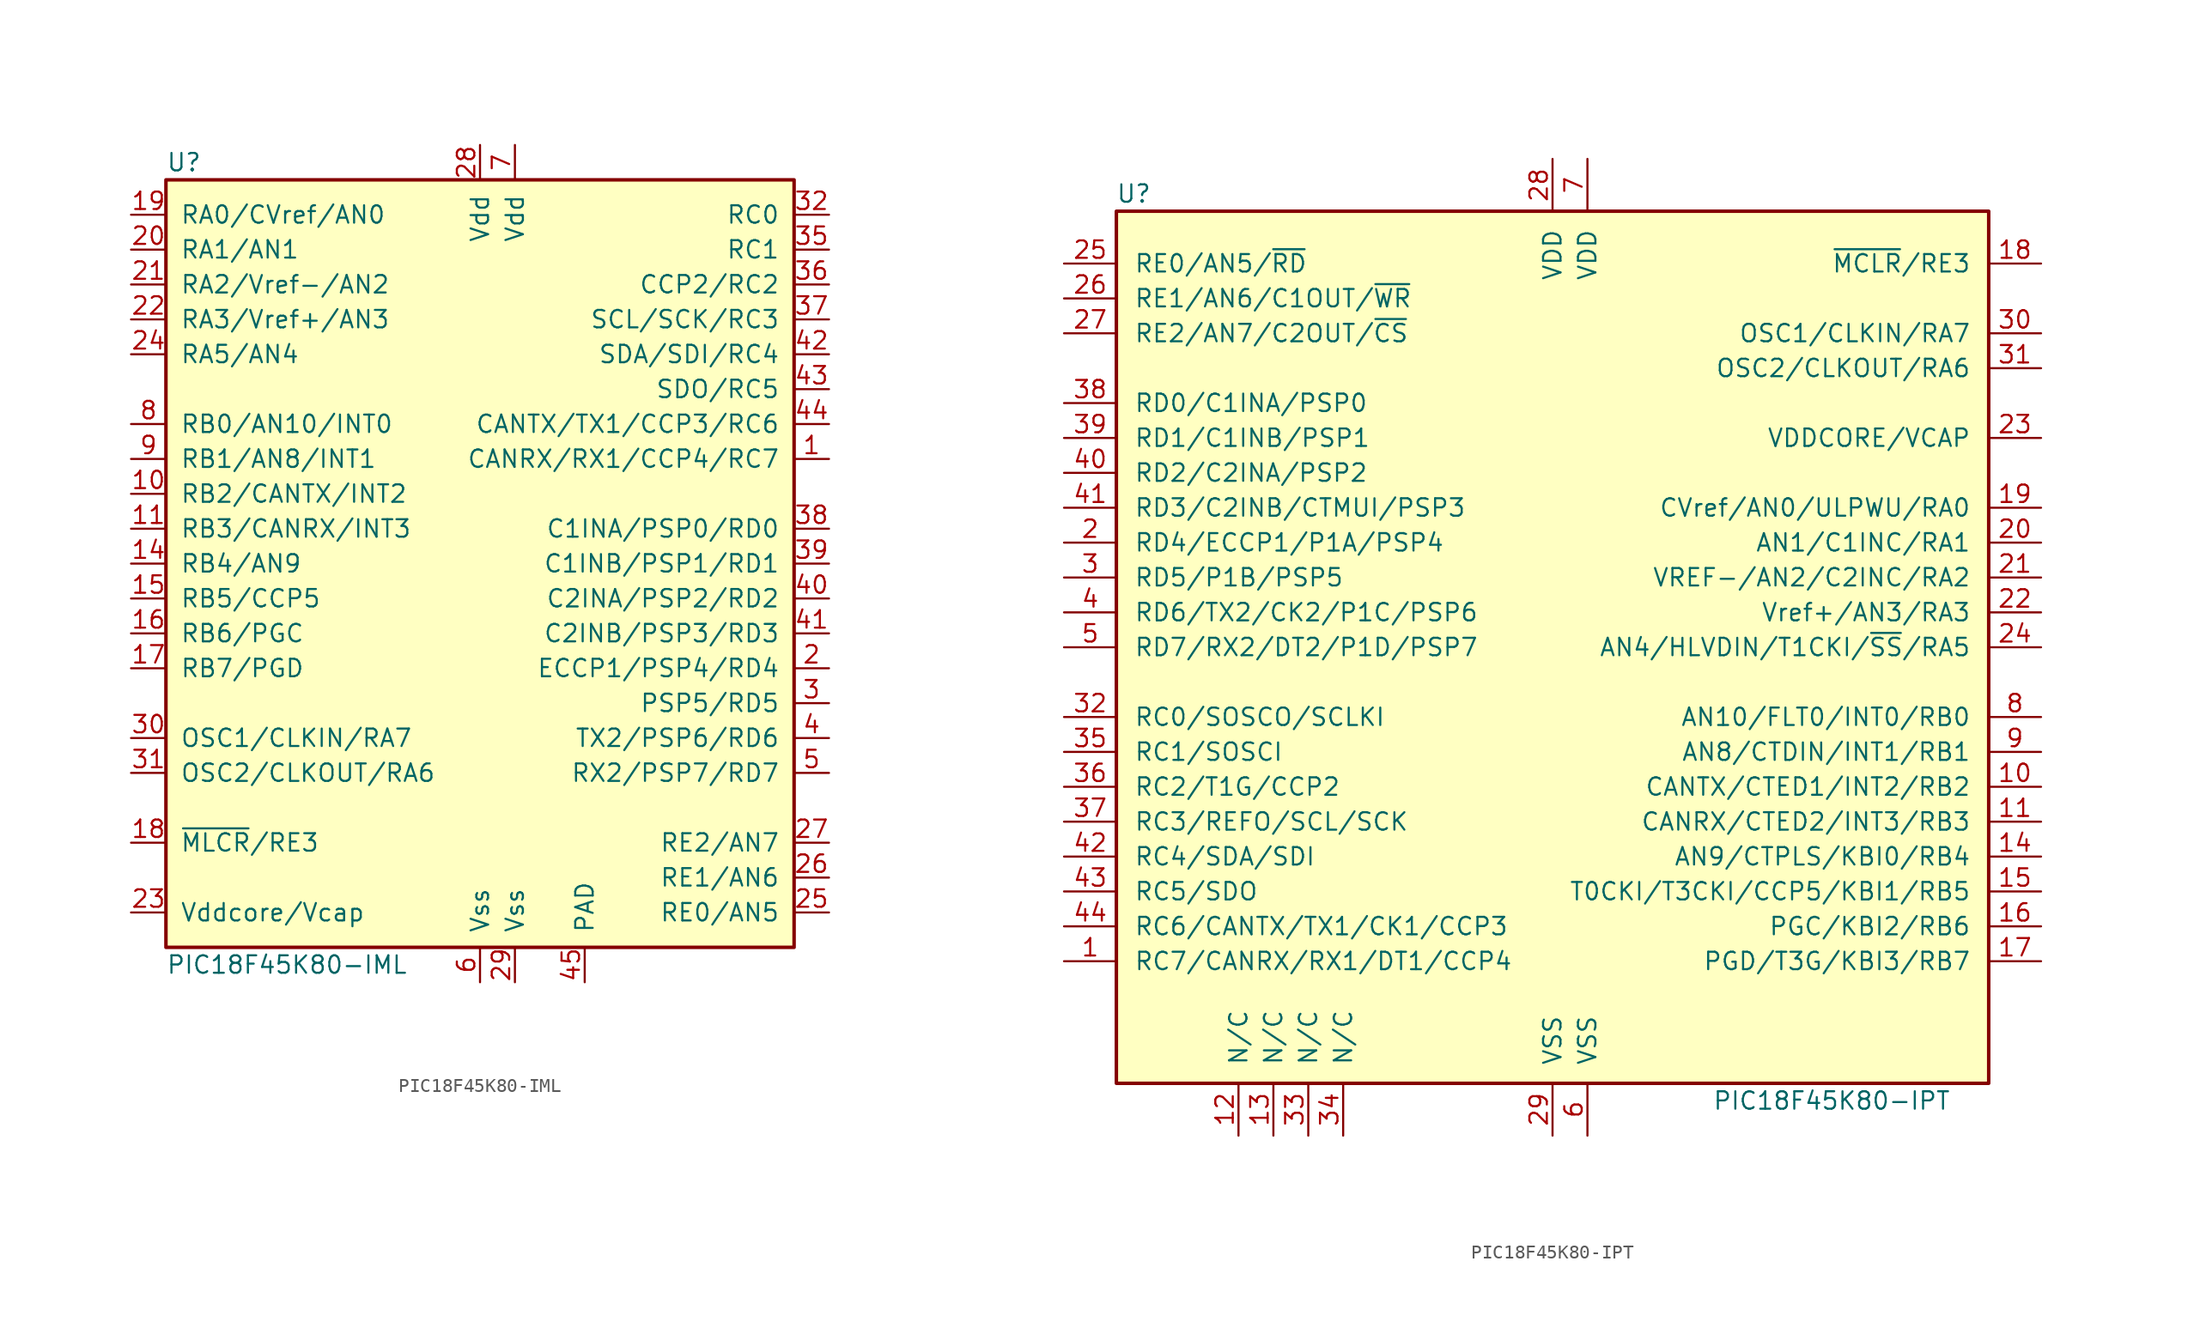
<source format=kicad_sym>
(kicad_symbol_lib
  (version 20211014)
  (generator kicad_symbol_editor)
  (symbol "PIC18F45K80-IML"
    (pin_names
      (offset 1.016))
    (property "Reference" "U"
      (at -22.86 29.21 0)
      (effects (font (size 1.27 1.27)) (justify left)))
    (property "Value" "PIC18F45K80-IML"
      (at -22.86 -29.21 0)
      (effects (font (size 1.27 1.27)) (justify left)))
    (symbol "PIC18F45K80-IML_0_1"
      (rectangle (start -22.86 27.94) (end 22.86 -27.94) (stroke (width 0.254) (type default) (color 0 0 0 0)) (fill (type background))))
    (symbol "PIC18F45K80-IML_1_1"
      (pin bidirectional line (at 25.4 7.62 180) (length 2.54) (name "CANRX/RX1/CCP4/RC7" (effects (font (size 1.27 1.27)))) (number "1" (effects (font (size 1.27 1.27)))))
      (pin bidirectional line (at -25.4 5.08 0) (length 2.54) (name "RB2/CANTX/INT2" (effects (font (size 1.27 1.27)))) (number "10" (effects (font (size 1.27 1.27)))))
      (pin bidirectional line (at -25.4 2.54 0) (length 2.54) (name "RB3/CANRX/INT3" (effects (font (size 1.27 1.27)))) (number "11" (effects (font (size 1.27 1.27)))))
      (pin no_connect line (at -10.16 -30.48 90) (length 2.54) hide (name "NC" (effects (font (size 1.27 1.27)))) (number "12" (effects (font (size 1.27 1.27)))))
      (pin no_connect line (at -7.62 -30.48 90) (length 2.54) hide (name "NC" (effects (font (size 1.27 1.27)))) (number "13" (effects (font (size 1.27 1.27)))))
      (pin bidirectional line (at -25.4 0 0) (length 2.54) (name "RB4/AN9" (effects (font (size 1.27 1.27)))) (number "14" (effects (font (size 1.27 1.27)))))
      (pin bidirectional line (at -25.4 -2.54 0) (length 2.54) (name "RB5/CCP5" (effects (font (size 1.27 1.27)))) (number "15" (effects (font (size 1.27 1.27)))))
      (pin bidirectional line (at -25.4 -5.08 0) (length 2.54) (name "RB6/PGC" (effects (font (size 1.27 1.27)))) (number "16" (effects (font (size 1.27 1.27)))))
      (pin bidirectional line (at -25.4 -7.62 0) (length 2.54) (name "RB7/PGD" (effects (font (size 1.27 1.27)))) (number "17" (effects (font (size 1.27 1.27)))))
      (pin bidirectional line (at -25.4 -20.32 0) (length 2.54) (name "~{MLCR}/RE3" (effects (font (size 1.27 1.27)))) (number "18" (effects (font (size 1.27 1.27)))))
      (pin bidirectional line (at -25.4 25.4 0) (length 2.54) (name "RA0/CVref/AN0" (effects (font (size 1.27 1.27)))) (number "19" (effects (font (size 1.27 1.27)))))
      (pin bidirectional line (at 25.4 -7.62 180) (length 2.54) (name "ECCP1/PSP4/RD4" (effects (font (size 1.27 1.27)))) (number "2" (effects (font (size 1.27 1.27)))))
      (pin bidirectional line (at -25.4 22.86 0) (length 2.54) (name "RA1/AN1" (effects (font (size 1.27 1.27)))) (number "20" (effects (font (size 1.27 1.27)))))
      (pin bidirectional line (at -25.4 20.32 0) (length 2.54) (name "RA2/Vref-/AN2" (effects (font (size 1.27 1.27)))) (number "21" (effects (font (size 1.27 1.27)))))
      (pin bidirectional line (at -25.4 17.78 0) (length 2.54) (name "RA3/Vref+/AN3" (effects (font (size 1.27 1.27)))) (number "22" (effects (font (size 1.27 1.27)))))
      (pin power_in line (at -25.4 -25.4 0) (length 2.54) (name "Vddcore/Vcap" (effects (font (size 1.27 1.27)))) (number "23" (effects (font (size 1.27 1.27)))))
      (pin bidirectional line (at -25.4 15.24 0) (length 2.54) (name "RA5/AN4" (effects (font (size 1.27 1.27)))) (number "24" (effects (font (size 1.27 1.27)))))
      (pin bidirectional line (at 25.4 -25.4 180) (length 2.54) (name "RE0/AN5" (effects (font (size 1.27 1.27)))) (number "25" (effects (font (size 1.27 1.27)))))
      (pin bidirectional line (at 25.4 -22.86 180) (length 2.54) (name "RE1/AN6" (effects (font (size 1.27 1.27)))) (number "26" (effects (font (size 1.27 1.27)))))
      (pin bidirectional line (at 25.4 -20.32 180) (length 2.54) (name "RE2/AN7" (effects (font (size 1.27 1.27)))) (number "27" (effects (font (size 1.27 1.27)))))
      (pin power_in line (at 0 30.48 270) (length 2.54) (name "Vdd" (effects (font (size 1.27 1.27)))) (number "28" (effects (font (size 1.27 1.27)))))
      (pin power_in line (at 2.54 -30.48 90) (length 2.54) (name "Vss" (effects (font (size 1.27 1.27)))) (number "29" (effects (font (size 1.27 1.27)))))
      (pin bidirectional line (at 25.4 -10.16 180) (length 2.54) (name "PSP5/RD5" (effects (font (size 1.27 1.27)))) (number "3" (effects (font (size 1.27 1.27)))))
      (pin input line (at -25.4 -12.7 0) (length 2.54) (name "OSC1/CLKIN/RA7" (effects (font (size 1.27 1.27)))) (number "30" (effects (font (size 1.27 1.27)))))
      (pin input line (at -25.4 -15.24 0) (length 2.54) (name "OSC2/CLKOUT/RA6" (effects (font (size 1.27 1.27)))) (number "31" (effects (font (size 1.27 1.27)))))
      (pin bidirectional line (at 25.4 25.4 180) (length 2.54) (name "RC0" (effects (font (size 1.27 1.27)))) (number "32" (effects (font (size 1.27 1.27)))))
      (pin no_connect line (at -5.08 -30.48 90) (length 2.54) hide (name "NC" (effects (font (size 1.27 1.27)))) (number "33" (effects (font (size 1.27 1.27)))))
      (pin no_connect line (at -2.54 -30.48 90) (length 2.54) hide (name "NC" (effects (font (size 1.27 1.27)))) (number "34" (effects (font (size 1.27 1.27)))))
      (pin bidirectional line (at 25.4 22.86 180) (length 2.54) (name "RC1" (effects (font (size 1.27 1.27)))) (number "35" (effects (font (size 1.27 1.27)))))
      (pin bidirectional line (at 25.4 20.32 180) (length 2.54) (name "CCP2/RC2" (effects (font (size 1.27 1.27)))) (number "36" (effects (font (size 1.27 1.27)))))
      (pin bidirectional line (at 25.4 17.78 180) (length 2.54) (name "SCL/SCK/RC3" (effects (font (size 1.27 1.27)))) (number "37" (effects (font (size 1.27 1.27)))))
      (pin bidirectional line (at 25.4 2.54 180) (length 2.54) (name "C1INA/PSP0/RD0" (effects (font (size 1.27 1.27)))) (number "38" (effects (font (size 1.27 1.27)))))
      (pin bidirectional line (at 25.4 0 180) (length 2.54) (name "C1INB/PSP1/RD1" (effects (font (size 1.27 1.27)))) (number "39" (effects (font (size 1.27 1.27)))))
      (pin bidirectional line (at 25.4 -12.7 180) (length 2.54) (name "TX2/PSP6/RD6" (effects (font (size 1.27 1.27)))) (number "4" (effects (font (size 1.27 1.27)))))
      (pin bidirectional line (at 25.4 -2.54 180) (length 2.54) (name "C2INA/PSP2/RD2" (effects (font (size 1.27 1.27)))) (number "40" (effects (font (size 1.27 1.27)))))
      (pin bidirectional line (at 25.4 -5.08 180) (length 2.54) (name "C2INB/PSP3/RD3" (effects (font (size 1.27 1.27)))) (number "41" (effects (font (size 1.27 1.27)))))
      (pin bidirectional line (at 25.4 15.24 180) (length 2.54) (name "SDA/SDI/RC4" (effects (font (size 1.27 1.27)))) (number "42" (effects (font (size 1.27 1.27)))))
      (pin bidirectional line (at 25.4 12.7 180) (length 2.54) (name "SDO/RC5" (effects (font (size 1.27 1.27)))) (number "43" (effects (font (size 1.27 1.27)))))
      (pin bidirectional line (at 25.4 10.16 180) (length 2.54) (name "CANTX/TX1/CCP3/RC6" (effects (font (size 1.27 1.27)))) (number "44" (effects (font (size 1.27 1.27)))))
      (pin power_in line (at 7.62 -30.48 90) (length 2.54) (name "PAD" (effects (font (size 1.27 1.27)))) (number "45" (effects (font (size 1.27 1.27)))))
      (pin bidirectional line (at 25.4 -15.24 180) (length 2.54) (name "RX2/PSP7/RD7" (effects (font (size 1.27 1.27)))) (number "5" (effects (font (size 1.27 1.27)))))
      (pin power_in line (at 0 -30.48 90) (length 2.54) (name "Vss" (effects (font (size 1.27 1.27)))) (number "6" (effects (font (size 1.27 1.27)))))
      (pin power_in line (at 2.54 30.48 270) (length 2.54) (name "Vdd" (effects (font (size 1.27 1.27)))) (number "7" (effects (font (size 1.27 1.27)))))
      (pin bidirectional line (at -25.4 10.16 0) (length 2.54) (name "RB0/AN10/INT0" (effects (font (size 1.27 1.27)))) (number "8" (effects (font (size 1.27 1.27)))))
      (pin bidirectional line (at -25.4 7.62 0) (length 2.54) (name "RB1/AN8/INT1" (effects (font (size 1.27 1.27)))) (number "9" (effects (font (size 1.27 1.27)))))))
  (symbol "PIC18F45K80-IPT"
    (pin_names
      (offset 1.27))
    (property "Reference" "U"
      (at -30.48 33.02 0)
      (effects (font (size 1.27 1.27))))
    (property "Value" "PIC18F45K80-IPT"
      (at 20.32 -33.02 0)
      (effects (font (size 1.27 1.27))))
    (symbol "PIC18F45K80-IPT_0_1"
      (rectangle (start -31.75 31.75) (end 31.75 -31.75) (stroke (width 0.254) (type default) (color 0 0 0 0)) (fill (type background))))
    (symbol "PIC18F45K80-IPT_1_1"
      (pin bidirectional line (at -35.56 -22.86 0) (length 3.81) (name "RC7/CANRX/RX1/DT1/CCP4" (effects (font (size 1.27 1.27)))) (number "1" (effects (font (size 1.27 1.27)))))
      (pin bidirectional line (at 35.56 -10.16 180) (length 3.81) (name "CANTX/CTED1/INT2/RB2" (effects (font (size 1.27 1.27)))) (number "10" (effects (font (size 1.27 1.27)))))
      (pin bidirectional line (at 35.56 -12.7 180) (length 3.81) (name "CANRX/CTED2/INT3/RB3" (effects (font (size 1.27 1.27)))) (number "11" (effects (font (size 1.27 1.27)))))
      (pin bidirectional line (at -22.86 -35.56 90) (length 3.81) (name "N/C" (effects (font (size 1.27 1.27)))) (number "12" (effects (font (size 1.27 1.27)))))
      (pin bidirectional line (at -20.32 -35.56 90) (length 3.81) (name "N/C" (effects (font (size 1.27 1.27)))) (number "13" (effects (font (size 1.27 1.27)))))
      (pin bidirectional line (at 35.56 -15.24 180) (length 3.81) (name "AN9/CTPLS/KBI0/RB4" (effects (font (size 1.27 1.27)))) (number "14" (effects (font (size 1.27 1.27)))))
      (pin bidirectional line (at 35.56 -17.78 180) (length 3.81) (name "T0CKI/T3CKI/CCP5/KBI1/RB5" (effects (font (size 1.27 1.27)))) (number "15" (effects (font (size 1.27 1.27)))))
      (pin bidirectional line (at 35.56 -20.32 180) (length 3.81) (name "PGC/KBI2/RB6" (effects (font (size 1.27 1.27)))) (number "16" (effects (font (size 1.27 1.27)))))
      (pin bidirectional line (at 35.56 -22.86 180) (length 3.81) (name "PGD/T3G/KBI3/RB7" (effects (font (size 1.27 1.27)))) (number "17" (effects (font (size 1.27 1.27)))))
      (pin input line (at 35.56 27.94 180) (length 3.81) (name "~{MCLR}/RE3" (effects (font (size 1.27 1.27)))) (number "18" (effects (font (size 1.27 1.27)))))
      (pin bidirectional line (at 35.56 10.16 180) (length 3.81) (name "CVref/AN0/ULPWU/RA0" (effects (font (size 1.27 1.27)))) (number "19" (effects (font (size 1.27 1.27)))))
      (pin bidirectional line (at -35.56 7.62 0) (length 3.81) (name "RD4/ECCP1/P1A/PSP4" (effects (font (size 1.27 1.27)))) (number "2" (effects (font (size 1.27 1.27)))))
      (pin bidirectional line (at 35.56 7.62 180) (length 3.81) (name "AN1/C1INC/RA1" (effects (font (size 1.27 1.27)))) (number "20" (effects (font (size 1.27 1.27)))))
      (pin bidirectional line (at 35.56 5.08 180) (length 3.81) (name "VREF-/AN2/C2INC/RA2" (effects (font (size 1.27 1.27)))) (number "21" (effects (font (size 1.27 1.27)))))
      (pin bidirectional line (at 35.56 2.54 180) (length 3.81) (name "Vref+/AN3/RA3" (effects (font (size 1.27 1.27)))) (number "22" (effects (font (size 1.27 1.27)))))
      (pin passive line (at 35.56 15.24 180) (length 3.81) (name "VDDCORE/VCAP" (effects (font (size 1.27 1.27)))) (number "23" (effects (font (size 1.27 1.27)))))
      (pin bidirectional line (at 35.56 0 180) (length 3.81) (name "AN4/HLVDIN/T1CKI/~{SS}/RA5" (effects (font (size 1.27 1.27)))) (number "24" (effects (font (size 1.27 1.27)))))
      (pin bidirectional line (at -35.56 27.94 0) (length 3.81) (name "RE0/AN5/~{RD}" (effects (font (size 1.27 1.27)))) (number "25" (effects (font (size 1.27 1.27)))))
      (pin bidirectional line (at -35.56 25.4 0) (length 3.81) (name "RE1/AN6/C1OUT/~{WR}" (effects (font (size 1.27 1.27)))) (number "26" (effects (font (size 1.27 1.27)))))
      (pin power_in line (at -35.56 22.86 0) (length 3.81) (name "RE2/AN7/C2OUT/~{CS}" (effects (font (size 1.27 1.27)))) (number "27" (effects (font (size 1.27 1.27)))))
      (pin power_in line (at 0 35.56 270) (length 3.81) (name "VDD" (effects (font (size 1.27 1.27)))) (number "28" (effects (font (size 1.27 1.27)))))
      (pin power_in line (at 0 -35.56 90) (length 3.81) (name "VSS" (effects (font (size 1.27 1.27)))) (number "29" (effects (font (size 1.27 1.27)))))
      (pin bidirectional line (at -35.56 5.08 0) (length 3.81) (name "RD5/P1B/PSP5" (effects (font (size 1.27 1.27)))) (number "3" (effects (font (size 1.27 1.27)))))
      (pin input line (at 35.56 22.86 180) (length 3.81) (name "OSC1/CLKIN/RA7" (effects (font (size 1.27 1.27)))) (number "30" (effects (font (size 1.27 1.27)))))
      (pin output line (at 35.56 20.32 180) (length 3.81) (name "OSC2/CLKOUT/RA6" (effects (font (size 1.27 1.27)))) (number "31" (effects (font (size 1.27 1.27)))))
      (pin bidirectional line (at -35.56 -5.08 0) (length 3.81) (name "RC0/SOSCO/SCLKI" (effects (font (size 1.27 1.27)))) (number "32" (effects (font (size 1.27 1.27)))))
      (pin bidirectional line (at -17.78 -35.56 90) (length 3.81) (name "N/C" (effects (font (size 1.27 1.27)))) (number "33" (effects (font (size 1.27 1.27)))))
      (pin bidirectional line (at -15.24 -35.56 90) (length 3.81) (name "N/C" (effects (font (size 1.27 1.27)))) (number "34" (effects (font (size 1.27 1.27)))))
      (pin bidirectional line (at -35.56 -7.62 0) (length 3.81) (name "RC1/SOSCI" (effects (font (size 1.27 1.27)))) (number "35" (effects (font (size 1.27 1.27)))))
      (pin bidirectional line (at -35.56 -10.16 0) (length 3.81) (name "RC2/T1G/CCP2" (effects (font (size 1.27 1.27)))) (number "36" (effects (font (size 1.27 1.27)))))
      (pin bidirectional line (at -35.56 -12.7 0) (length 3.81) (name "RC3/REFO/SCL/SCK" (effects (font (size 1.27 1.27)))) (number "37" (effects (font (size 1.27 1.27)))))
      (pin bidirectional line (at -35.56 17.78 0) (length 3.81) (name "RD0/C1INA/PSP0" (effects (font (size 1.27 1.27)))) (number "38" (effects (font (size 1.27 1.27)))))
      (pin bidirectional line (at -35.56 15.24 0) (length 3.81) (name "RD1/C1INB/PSP1" (effects (font (size 1.27 1.27)))) (number "39" (effects (font (size 1.27 1.27)))))
      (pin bidirectional line (at -35.56 2.54 0) (length 3.81) (name "RD6/TX2/CK2/P1C/PSP6" (effects (font (size 1.27 1.27)))) (number "4" (effects (font (size 1.27 1.27)))))
      (pin bidirectional line (at -35.56 12.7 0) (length 3.81) (name "RD2/C2INA/PSP2" (effects (font (size 1.27 1.27)))) (number "40" (effects (font (size 1.27 1.27)))))
      (pin bidirectional line (at -35.56 10.16 0) (length 3.81) (name "RD3/C2INB/CTMUI/PSP3" (effects (font (size 1.27 1.27)))) (number "41" (effects (font (size 1.27 1.27)))))
      (pin bidirectional line (at -35.56 -15.24 0) (length 3.81) (name "RC4/SDA/SDI" (effects (font (size 1.27 1.27)))) (number "42" (effects (font (size 1.27 1.27)))))
      (pin bidirectional line (at -35.56 -17.78 0) (length 3.81) (name "RC5/SDO" (effects (font (size 1.27 1.27)))) (number "43" (effects (font (size 1.27 1.27)))))
      (pin bidirectional line (at -35.56 -20.32 0) (length 3.81) (name "RC6/CANTX/TX1/CK1/CCP3" (effects (font (size 1.27 1.27)))) (number "44" (effects (font (size 1.27 1.27)))))
      (pin bidirectional line (at -35.56 0 0) (length 3.81) (name "RD7/RX2/DT2/P1D/PSP7" (effects (font (size 1.27 1.27)))) (number "5" (effects (font (size 1.27 1.27)))))
      (pin power_in line (at 2.54 -35.56 90) (length 3.81) (name "VSS" (effects (font (size 1.27 1.27)))) (number "6" (effects (font (size 1.27 1.27)))))
      (pin power_in line (at 2.54 35.56 270) (length 3.81) (name "VDD" (effects (font (size 1.27 1.27)))) (number "7" (effects (font (size 1.27 1.27)))))
      (pin bidirectional line (at 35.56 -5.08 180) (length 3.81) (name "AN10/FLT0/INT0/RB0" (effects (font (size 1.27 1.27)))) (number "8" (effects (font (size 1.27 1.27)))))
      (pin bidirectional line (at 35.56 -7.62 180) (length 3.81) (name "AN8/CTDIN/INT1/RB1" (effects (font (size 1.27 1.27)))) (number "9" (effects (font (size 1.27 1.27))))))))
</source>
